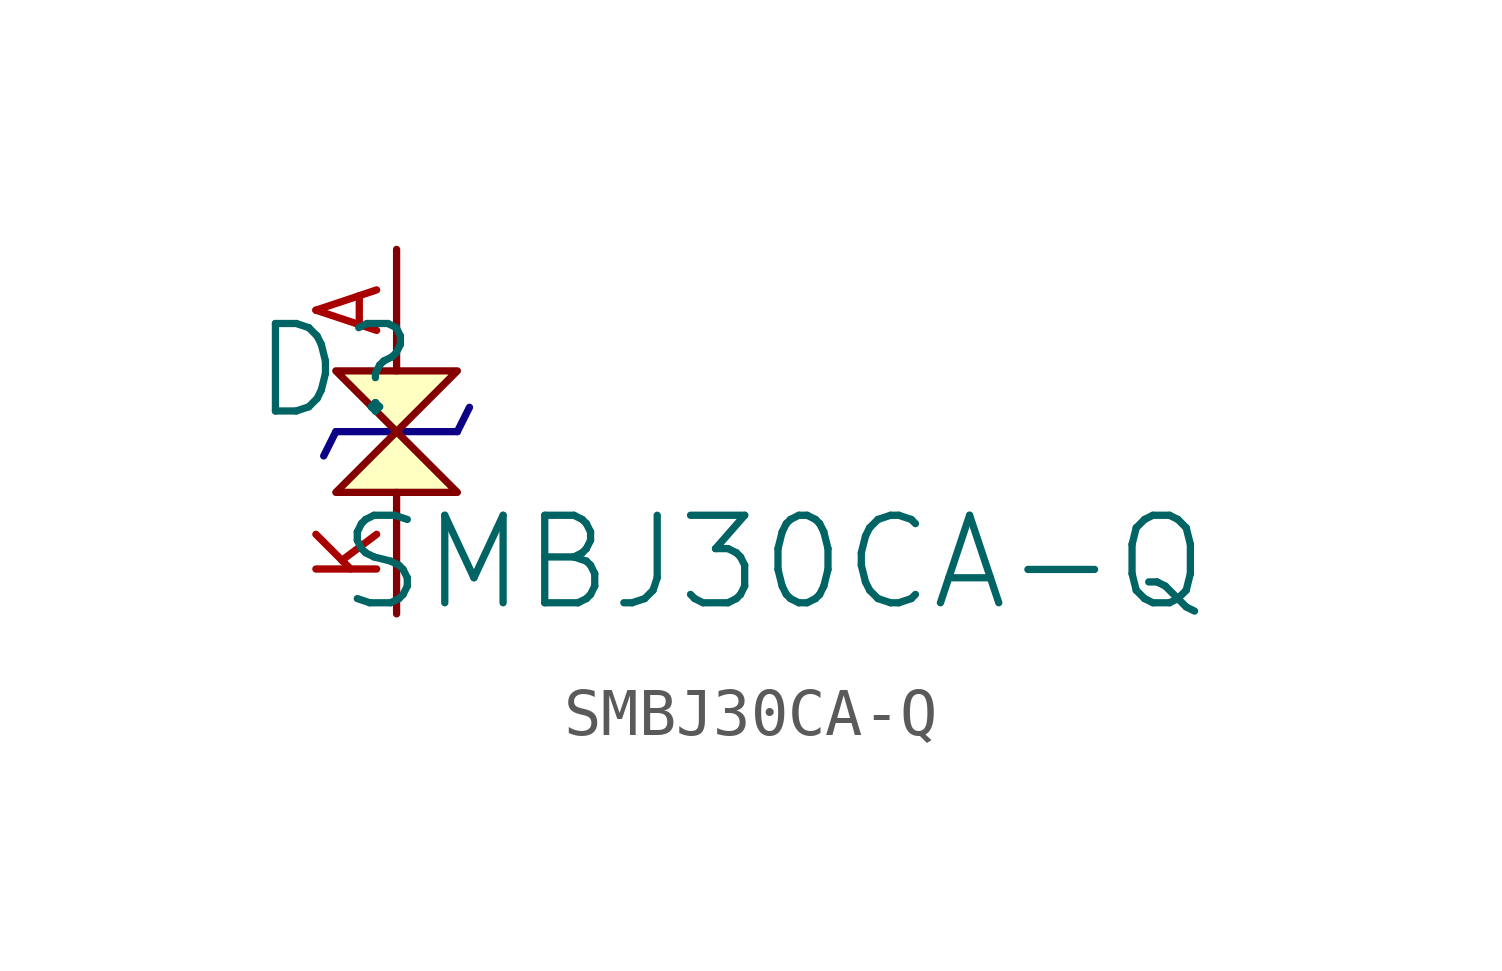
<source format=kicad_sym>
(kicad_symbol_lib
  (version 20241209)
  (generator "kicad_symbol_editor")
  (generator_version "9.0")
  (symbol "SMBJ30CA-Q"
    (pin_names
      (hide yes))
    (property "Reference" "D"
      (at -1.27 1.27 0)
      (effects (font (size 1.829 1.829))))
    (property "Value" "SMBJ30CA-Q"
      (at -1.27 -3.81 0)
      (effects (font (size 1.829 1.829)) (justify left bottom)))
    (symbol "SMBJ30CA-Q_1_0"
      (polyline (pts (xy -1.27 0) (xy -1.524 -0.508)) (stroke (width 0) (type solid) (color 12 0 135 1)) (fill (type none)))
      (polyline (pts (xy -1.27 0) (xy 1.27 0)) (stroke (width 0) (type solid) (color 12 0 135 1)) (fill (type none)))
      (polyline (pts (xy -1.27 -1.27) (xy 0 0) (xy 1.27 -1.27) (xy -1.27 -1.27)) (stroke (width 0) (type solid)) (fill (type background)))
      (polyline (pts (xy 1.27 1.27) (xy 0 0) (xy -1.27 1.27) (xy 1.27 1.27)) (stroke (width 0) (type solid)) (fill (type background)))
      (polyline (pts (xy 1.524 0.508) (xy 1.27 0)) (stroke (width 0) (type solid) (color 12 0 135 1)) (fill (type none)))
      (pin passive line (at 0 3.81 270) (length 2.54) (name "A" (effects (font (size 1.27 1.27)))) (number "A" (effects (font (size 1.27 1.27)))))
      (pin passive line (at 0 -3.81 90) (length 2.54) (name "K" (effects (font (size 1.27 1.27)))) (number "K" (effects (font (size 1.27 1.27))))))))
</source>
